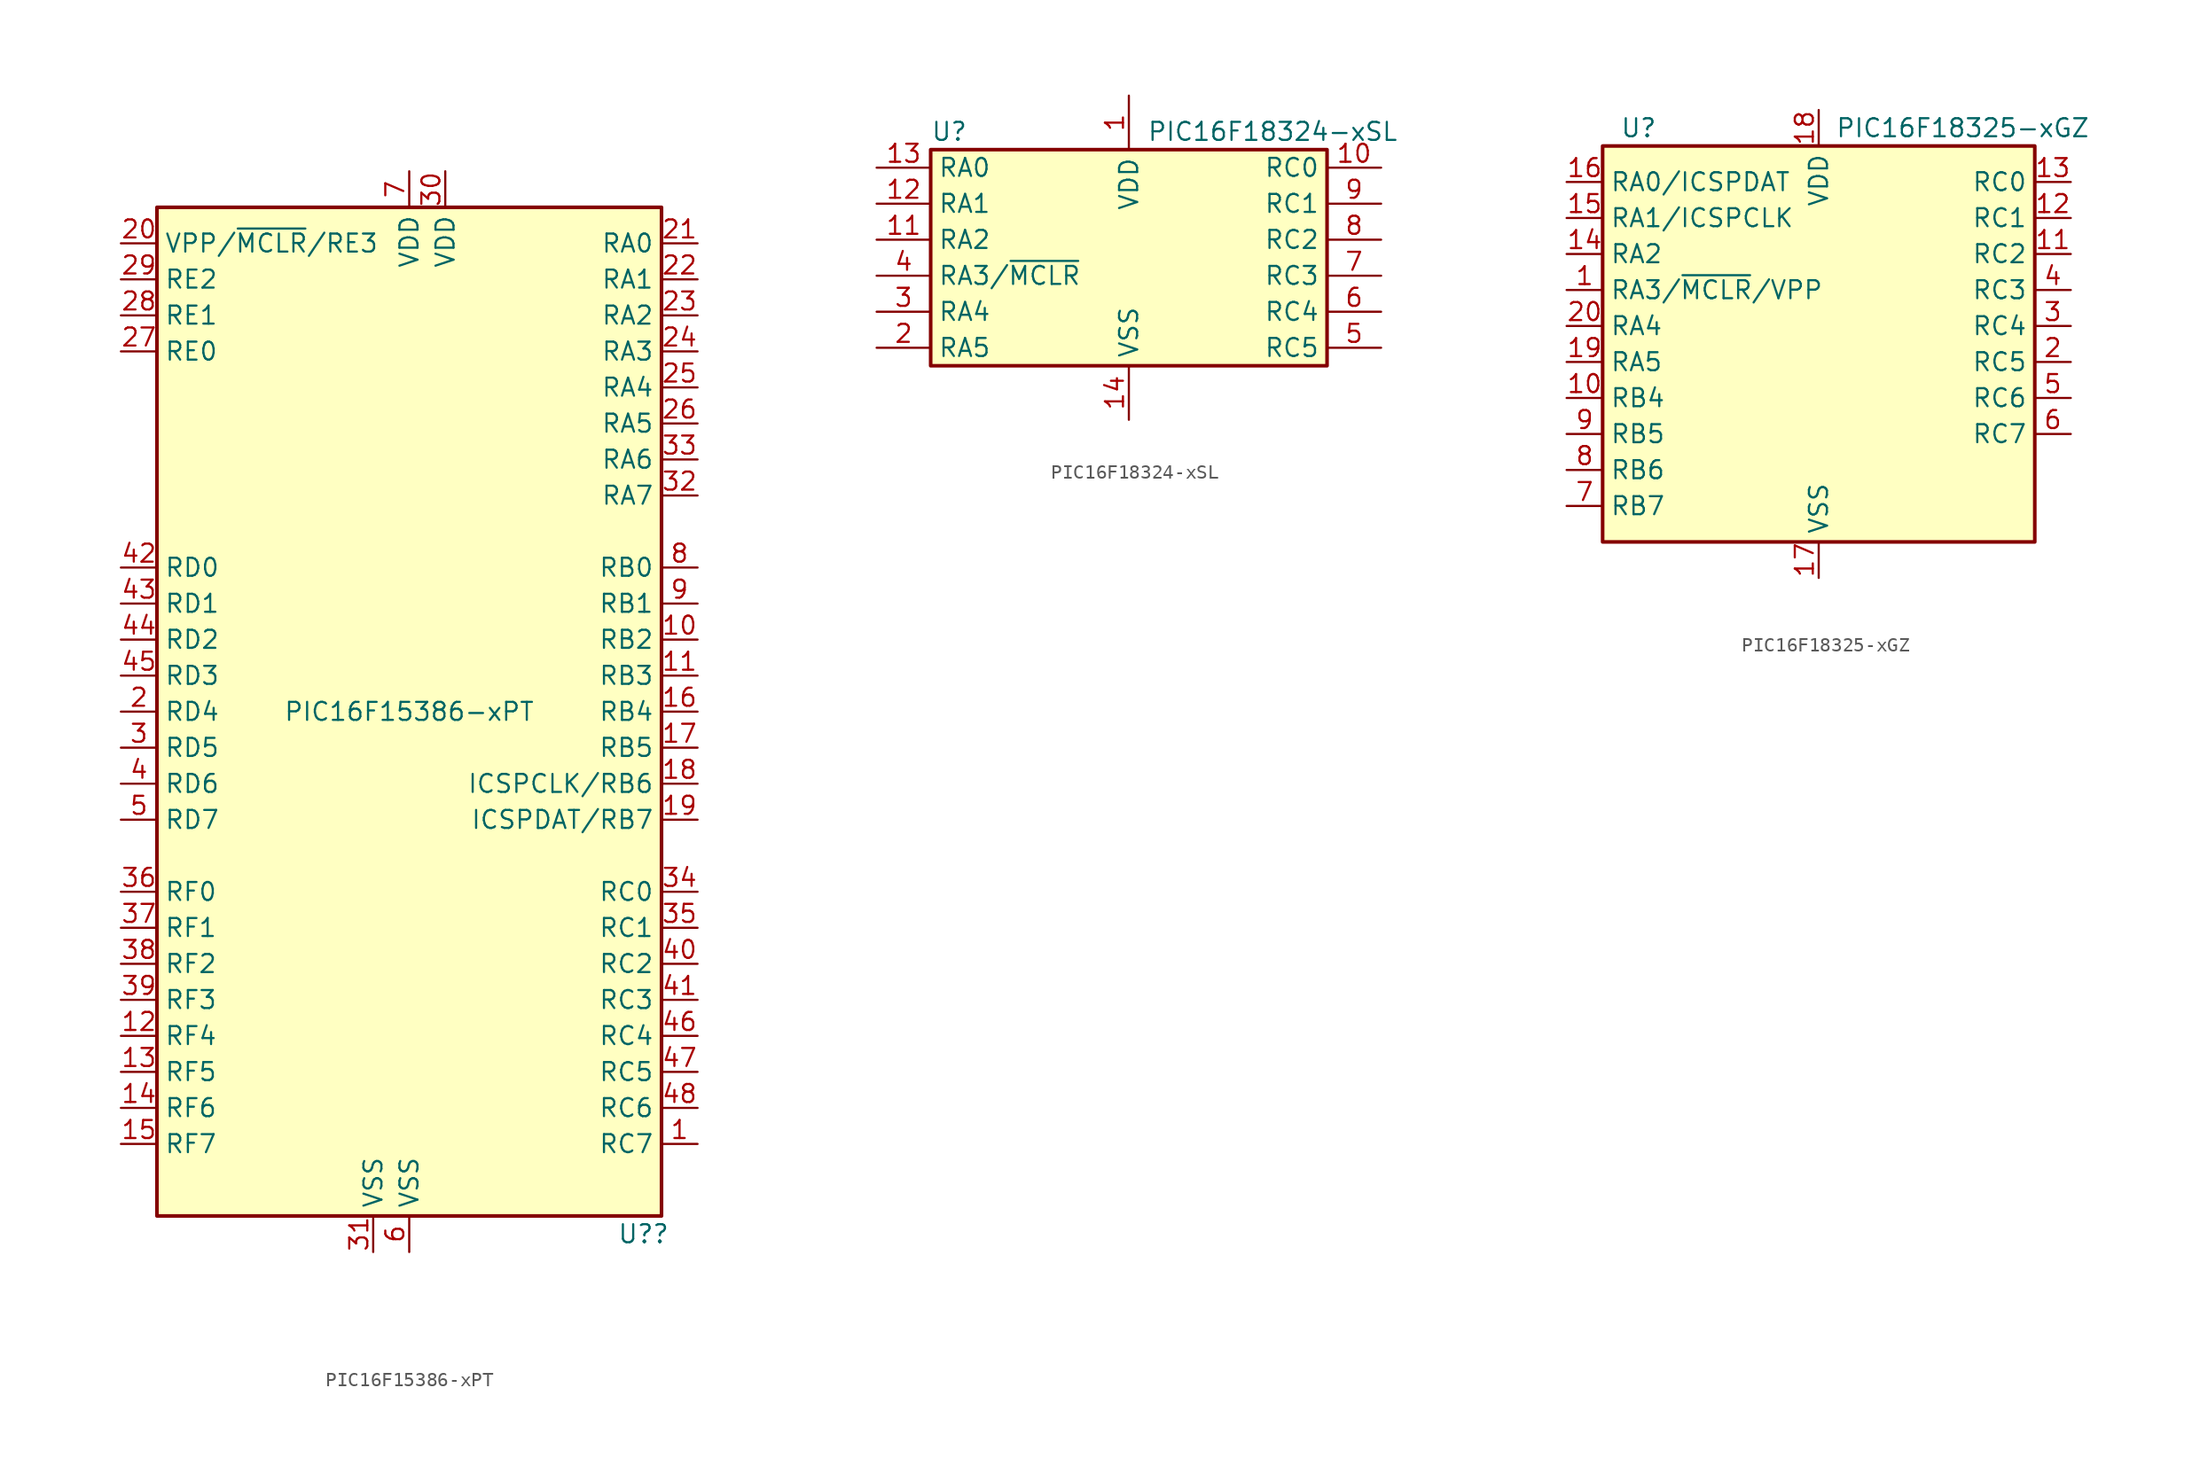
<source format=kicad_sym>
(kicad_symbol_lib
  (version 20220914)
  (generator kicad_symbol_editor)
  (symbol "PIC16F15386-xPT"
    (property "Reference" "U?"
      (at 16.51 -36.83 0)
      (effects (font (size 1.27 1.27))))
    (property "Value" "PIC16F15386-xPT"
      (at 0 0 0)
      (effects (font (size 1.27 1.27))))
    (symbol "PIC16F15386-xPT_0_0"
      (pin bidirectional line (at -20.32 -2.54 0) (length 2.54) (name "RD5" (effects (font (size 1.27 1.27)))) (number "3" (effects (font (size 1.27 1.27)))))
      (pin bidirectional line (at -20.32 -5.08 0) (length 2.54) (name "RD6" (effects (font (size 1.27 1.27)))) (number "4" (effects (font (size 1.27 1.27))))))
    (symbol "PIC16F15386-xPT_0_1"
      (rectangle (start -17.78 35.56) (end 17.78 -35.56) (stroke (width 0.254) (type default)) (fill (type background))))
    (symbol "PIC16F15386-xPT_1_1"
      (pin bidirectional line (at 20.32 -30.48 180) (length 2.54) (name "RC7" (effects (font (size 1.27 1.27)))) (number "1" (effects (font (size 1.27 1.27)))))
      (pin bidirectional line (at 20.32 5.08 180) (length 2.54) (name "RB2" (effects (font (size 1.27 1.27)))) (number "10" (effects (font (size 1.27 1.27)))))
      (pin bidirectional line (at 20.32 2.54 180) (length 2.54) (name "RB3" (effects (font (size 1.27 1.27)))) (number "11" (effects (font (size 1.27 1.27)))))
      (pin bidirectional line (at -20.32 -22.86 0) (length 2.54) (name "RF4" (effects (font (size 1.27 1.27)))) (number "12" (effects (font (size 1.27 1.27)))))
      (pin bidirectional line (at -20.32 -25.4 0) (length 2.54) (name "RF5" (effects (font (size 1.27 1.27)))) (number "13" (effects (font (size 1.27 1.27)))))
      (pin bidirectional line (at -20.32 -27.94 0) (length 2.54) (name "RF6" (effects (font (size 1.27 1.27)))) (number "14" (effects (font (size 1.27 1.27)))))
      (pin bidirectional line (at -20.32 -30.48 0) (length 2.54) (name "RF7" (effects (font (size 1.27 1.27)))) (number "15" (effects (font (size 1.27 1.27)))))
      (pin bidirectional line (at 20.32 0 180) (length 2.54) (name "RB4" (effects (font (size 1.27 1.27)))) (number "16" (effects (font (size 1.27 1.27)))))
      (pin bidirectional line (at 20.32 -2.54 180) (length 2.54) (name "RB5" (effects (font (size 1.27 1.27)))) (number "17" (effects (font (size 1.27 1.27)))))
      (pin bidirectional line (at 20.32 -5.08 180) (length 2.54) (name "ICSPCLK/RB6" (effects (font (size 1.27 1.27)))) (number "18" (effects (font (size 1.27 1.27)))))
      (pin bidirectional line (at 20.32 -7.62 180) (length 2.54) (name "ICSPDAT/RB7" (effects (font (size 1.27 1.27)))) (number "19" (effects (font (size 1.27 1.27)))))
      (pin bidirectional line (at -20.32 0 0) (length 2.54) (name "RD4" (effects (font (size 1.27 1.27)))) (number "2" (effects (font (size 1.27 1.27)))))
      (pin bidirectional line (at -20.32 33.02 0) (length 2.54) (name "VPP/~{MCLR}/RE3" (effects (font (size 1.27 1.27)))) (number "20" (effects (font (size 1.27 1.27)))))
      (pin bidirectional line (at 20.32 33.02 180) (length 2.54) (name "RA0" (effects (font (size 1.27 1.27)))) (number "21" (effects (font (size 1.27 1.27)))))
      (pin bidirectional line (at 20.32 30.48 180) (length 2.54) (name "RA1" (effects (font (size 1.27 1.27)))) (number "22" (effects (font (size 1.27 1.27)))))
      (pin bidirectional line (at 20.32 27.94 180) (length 2.54) (name "RA2" (effects (font (size 1.27 1.27)))) (number "23" (effects (font (size 1.27 1.27)))))
      (pin bidirectional line (at 20.32 25.4 180) (length 2.54) (name "RA3" (effects (font (size 1.27 1.27)))) (number "24" (effects (font (size 1.27 1.27)))))
      (pin bidirectional line (at 20.32 22.86 180) (length 2.54) (name "RA4" (effects (font (size 1.27 1.27)))) (number "25" (effects (font (size 1.27 1.27)))))
      (pin bidirectional line (at 20.32 20.32 180) (length 2.54) (name "RA5" (effects (font (size 1.27 1.27)))) (number "26" (effects (font (size 1.27 1.27)))))
      (pin bidirectional line (at -20.32 25.4 0) (length 2.54) (name "RE0" (effects (font (size 1.27 1.27)))) (number "27" (effects (font (size 1.27 1.27)))))
      (pin bidirectional line (at -20.32 27.94 0) (length 2.54) (name "RE1" (effects (font (size 1.27 1.27)))) (number "28" (effects (font (size 1.27 1.27)))))
      (pin bidirectional line (at -20.32 30.48 0) (length 2.54) (name "RE2" (effects (font (size 1.27 1.27)))) (number "29" (effects (font (size 1.27 1.27)))))
      (pin power_in line (at 2.54 38.1 270) (length 2.54) (name "VDD" (effects (font (size 1.27 1.27)))) (number "30" (effects (font (size 1.27 1.27)))))
      (pin power_in line (at -2.54 -38.1 90) (length 2.54) (name "VSS" (effects (font (size 1.27 1.27)))) (number "31" (effects (font (size 1.27 1.27)))))
      (pin bidirectional line (at 20.32 15.24 180) (length 2.54) (name "RA7" (effects (font (size 1.27 1.27)))) (number "32" (effects (font (size 1.27 1.27)))))
      (pin bidirectional line (at 20.32 17.78 180) (length 2.54) (name "RA6" (effects (font (size 1.27 1.27)))) (number "33" (effects (font (size 1.27 1.27)))))
      (pin bidirectional line (at 20.32 -12.7 180) (length 2.54) (name "RC0" (effects (font (size 1.27 1.27)))) (number "34" (effects (font (size 1.27 1.27)))))
      (pin bidirectional line (at 20.32 -15.24 180) (length 2.54) (name "RC1" (effects (font (size 1.27 1.27)))) (number "35" (effects (font (size 1.27 1.27)))))
      (pin bidirectional line (at -20.32 -12.7 0) (length 2.54) (name "RF0" (effects (font (size 1.27 1.27)))) (number "36" (effects (font (size 1.27 1.27)))))
      (pin bidirectional line (at -20.32 -15.24 0) (length 2.54) (name "RF1" (effects (font (size 1.27 1.27)))) (number "37" (effects (font (size 1.27 1.27)))))
      (pin bidirectional line (at -20.32 -17.78 0) (length 2.54) (name "RF2" (effects (font (size 1.27 1.27)))) (number "38" (effects (font (size 1.27 1.27)))))
      (pin bidirectional line (at -20.32 -20.32 0) (length 2.54) (name "RF3" (effects (font (size 1.27 1.27)))) (number "39" (effects (font (size 1.27 1.27)))))
      (pin bidirectional line (at 20.32 -17.78 180) (length 2.54) (name "RC2" (effects (font (size 1.27 1.27)))) (number "40" (effects (font (size 1.27 1.27)))))
      (pin bidirectional line (at 20.32 -20.32 180) (length 2.54) (name "RC3" (effects (font (size 1.27 1.27)))) (number "41" (effects (font (size 1.27 1.27)))))
      (pin bidirectional line (at -20.32 10.16 0) (length 2.54) (name "RD0" (effects (font (size 1.27 1.27)))) (number "42" (effects (font (size 1.27 1.27)))))
      (pin bidirectional line (at -20.32 7.62 0) (length 2.54) (name "RD1" (effects (font (size 1.27 1.27)))) (number "43" (effects (font (size 1.27 1.27)))))
      (pin bidirectional line (at -20.32 5.08 0) (length 2.54) (name "RD2" (effects (font (size 1.27 1.27)))) (number "44" (effects (font (size 1.27 1.27)))))
      (pin bidirectional line (at -20.32 2.54 0) (length 2.54) (name "RD3" (effects (font (size 1.27 1.27)))) (number "45" (effects (font (size 1.27 1.27)))))
      (pin bidirectional line (at 20.32 -22.86 180) (length 2.54) (name "RC4" (effects (font (size 1.27 1.27)))) (number "46" (effects (font (size 1.27 1.27)))))
      (pin bidirectional line (at 20.32 -25.4 180) (length 2.54) (name "RC5" (effects (font (size 1.27 1.27)))) (number "47" (effects (font (size 1.27 1.27)))))
      (pin bidirectional line (at 20.32 -27.94 180) (length 2.54) (name "RC6" (effects (font (size 1.27 1.27)))) (number "48" (effects (font (size 1.27 1.27)))))
      (pin bidirectional line (at -20.32 -7.62 0) (length 2.54) (name "RD7" (effects (font (size 1.27 1.27)))) (number "5" (effects (font (size 1.27 1.27)))))
      (pin power_in line (at 0 -38.1 90) (length 2.54) (name "VSS" (effects (font (size 1.27 1.27)))) (number "6" (effects (font (size 1.27 1.27)))))
      (pin power_in line (at 0 38.1 270) (length 2.54) (name "VDD" (effects (font (size 1.27 1.27)))) (number "7" (effects (font (size 1.27 1.27)))))
      (pin bidirectional line (at 20.32 10.16 180) (length 2.54) (name "RB0" (effects (font (size 1.27 1.27)))) (number "8" (effects (font (size 1.27 1.27)))))
      (pin bidirectional line (at 20.32 7.62 180) (length 2.54) (name "RB1" (effects (font (size 1.27 1.27)))) (number "9" (effects (font (size 1.27 1.27)))))))
  (symbol "PIC16F18324-xSL"
    (property "Reference" "U"
      (at -13.97 10.16 0)
      (effects (font (size 1.27 1.27)) (justify left)))
    (property "Value" "PIC16F18324-xSL"
      (at 1.27 10.16 0)
      (effects (font (size 1.27 1.27)) (justify left)))
    (symbol "PIC16F18324-xSL_1_1"
      (rectangle (start -13.97 8.89) (end 13.97 -6.35) (stroke (width 0.254) (type default)) (fill (type background)))
      (pin power_in line (at 0 12.7 270) (length 3.81) (name "VDD" (effects (font (size 1.27 1.27)))) (number "1" (effects (font (size 1.27 1.27)))))
      (pin bidirectional line (at 17.78 7.62 180) (length 3.81) (name "RC0" (effects (font (size 1.27 1.27)))) (number "10" (effects (font (size 1.27 1.27)))))
      (pin bidirectional line (at -17.78 2.54 0) (length 3.81) (name "RA2" (effects (font (size 1.27 1.27)))) (number "11" (effects (font (size 1.27 1.27)))))
      (pin bidirectional line (at -17.78 5.08 0) (length 3.81) (name "RA1" (effects (font (size 1.27 1.27)))) (number "12" (effects (font (size 1.27 1.27)))))
      (pin bidirectional line (at -17.78 7.62 0) (length 3.81) (name "RA0" (effects (font (size 1.27 1.27)))) (number "13" (effects (font (size 1.27 1.27)))))
      (pin power_in line (at 0 -10.16 90) (length 3.81) (name "VSS" (effects (font (size 1.27 1.27)))) (number "14" (effects (font (size 1.27 1.27)))))
      (pin bidirectional line (at -17.78 -5.08 0) (length 3.81) (name "RA5" (effects (font (size 1.27 1.27)))) (number "2" (effects (font (size 1.27 1.27)))))
      (pin bidirectional line (at -17.78 -2.54 0) (length 3.81) (name "RA4" (effects (font (size 1.27 1.27)))) (number "3" (effects (font (size 1.27 1.27)))))
      (pin bidirectional line (at -17.78 0 0) (length 3.81) (name "RA3/~{MCLR}" (effects (font (size 1.27 1.27)))) (number "4" (effects (font (size 1.27 1.27)))))
      (pin bidirectional line (at 17.78 -5.08 180) (length 3.81) (name "RC5" (effects (font (size 1.27 1.27)))) (number "5" (effects (font (size 1.27 1.27)))))
      (pin bidirectional line (at 17.78 -2.54 180) (length 3.81) (name "RC4" (effects (font (size 1.27 1.27)))) (number "6" (effects (font (size 1.27 1.27)))))
      (pin bidirectional line (at 17.78 0 180) (length 3.81) (name "RC3" (effects (font (size 1.27 1.27)))) (number "7" (effects (font (size 1.27 1.27)))))
      (pin bidirectional line (at 17.78 2.54 180) (length 3.81) (name "RC2" (effects (font (size 1.27 1.27)))) (number "8" (effects (font (size 1.27 1.27)))))
      (pin bidirectional line (at 17.78 5.08 180) (length 3.81) (name "RC1" (effects (font (size 1.27 1.27)))) (number "9" (effects (font (size 1.27 1.27)))))))
  (symbol "PIC16F18325-xGZ"
    (property "Reference" "U"
      (at -12.7 13.97 0)
      (effects (font (size 1.27 1.27))))
    (property "Value" "PIC16F18325-xGZ"
      (at 10.16 13.97 0)
      (effects (font (size 1.27 1.27))))
    (symbol "PIC16F18325-xGZ_1_1"
      (rectangle (start -15.24 12.7) (end 15.24 -15.24) (stroke (width 0.254) (type default)) (fill (type background)))
      (pin bidirectional line (at -17.78 2.54 0) (length 2.54) (name "RA3/~{MCLR}/VPP" (effects (font (size 1.27 1.27)))) (number "1" (effects (font (size 1.27 1.27)))))
      (pin bidirectional line (at -17.78 -5.08 0) (length 2.54) (name "RB4" (effects (font (size 1.27 1.27)))) (number "10" (effects (font (size 1.27 1.27)))))
      (pin bidirectional line (at 17.78 5.08 180) (length 2.54) (name "RC2" (effects (font (size 1.27 1.27)))) (number "11" (effects (font (size 1.27 1.27)))))
      (pin bidirectional line (at 17.78 7.62 180) (length 2.54) (name "RC1" (effects (font (size 1.27 1.27)))) (number "12" (effects (font (size 1.27 1.27)))))
      (pin bidirectional line (at 17.78 10.16 180) (length 2.54) (name "RC0" (effects (font (size 1.27 1.27)))) (number "13" (effects (font (size 1.27 1.27)))))
      (pin bidirectional line (at -17.78 5.08 0) (length 2.54) (name "RA2" (effects (font (size 1.27 1.27)))) (number "14" (effects (font (size 1.27 1.27)))))
      (pin bidirectional line (at -17.78 7.62 0) (length 2.54) (name "RA1/ICSPCLK" (effects (font (size 1.27 1.27)))) (number "15" (effects (font (size 1.27 1.27)))))
      (pin bidirectional line (at -17.78 10.16 0) (length 2.54) (name "RA0/ICSPDAT" (effects (font (size 1.27 1.27)))) (number "16" (effects (font (size 1.27 1.27)))))
      (pin power_in line (at 0 -17.78 90) (length 2.54) (name "VSS" (effects (font (size 1.27 1.27)))) (number "17" (effects (font (size 1.27 1.27)))))
      (pin power_in line (at 0 15.24 270) (length 2.54) (name "VDD" (effects (font (size 1.27 1.27)))) (number "18" (effects (font (size 1.27 1.27)))))
      (pin bidirectional line (at -17.78 -2.54 0) (length 2.54) (name "RA5" (effects (font (size 1.27 1.27)))) (number "19" (effects (font (size 1.27 1.27)))))
      (pin bidirectional line (at 17.78 -2.54 180) (length 2.54) (name "RC5" (effects (font (size 1.27 1.27)))) (number "2" (effects (font (size 1.27 1.27)))))
      (pin bidirectional line (at -17.78 0 0) (length 2.54) (name "RA4" (effects (font (size 1.27 1.27)))) (number "20" (effects (font (size 1.27 1.27)))))
      (pin passive line (at 0 -17.78 90) (length 2.54) hide (name "VSS" (effects (font (size 1.27 1.27)))) (number "21" (effects (font (size 1.27 1.27)))))
      (pin bidirectional line (at 17.78 0 180) (length 2.54) (name "RC4" (effects (font (size 1.27 1.27)))) (number "3" (effects (font (size 1.27 1.27)))))
      (pin bidirectional line (at 17.78 2.54 180) (length 2.54) (name "RC3" (effects (font (size 1.27 1.27)))) (number "4" (effects (font (size 1.27 1.27)))))
      (pin bidirectional line (at 17.78 -5.08 180) (length 2.54) (name "RC6" (effects (font (size 1.27 1.27)))) (number "5" (effects (font (size 1.27 1.27)))))
      (pin bidirectional line (at 17.78 -7.62 180) (length 2.54) (name "RC7" (effects (font (size 1.27 1.27)))) (number "6" (effects (font (size 1.27 1.27)))))
      (pin bidirectional line (at -17.78 -12.7 0) (length 2.54) (name "RB7" (effects (font (size 1.27 1.27)))) (number "7" (effects (font (size 1.27 1.27)))))
      (pin bidirectional line (at -17.78 -10.16 0) (length 2.54) (name "RB6" (effects (font (size 1.27 1.27)))) (number "8" (effects (font (size 1.27 1.27)))))
      (pin bidirectional line (at -17.78 -7.62 0) (length 2.54) (name "RB5" (effects (font (size 1.27 1.27)))) (number "9" (effects (font (size 1.27 1.27))))))))
</source>
